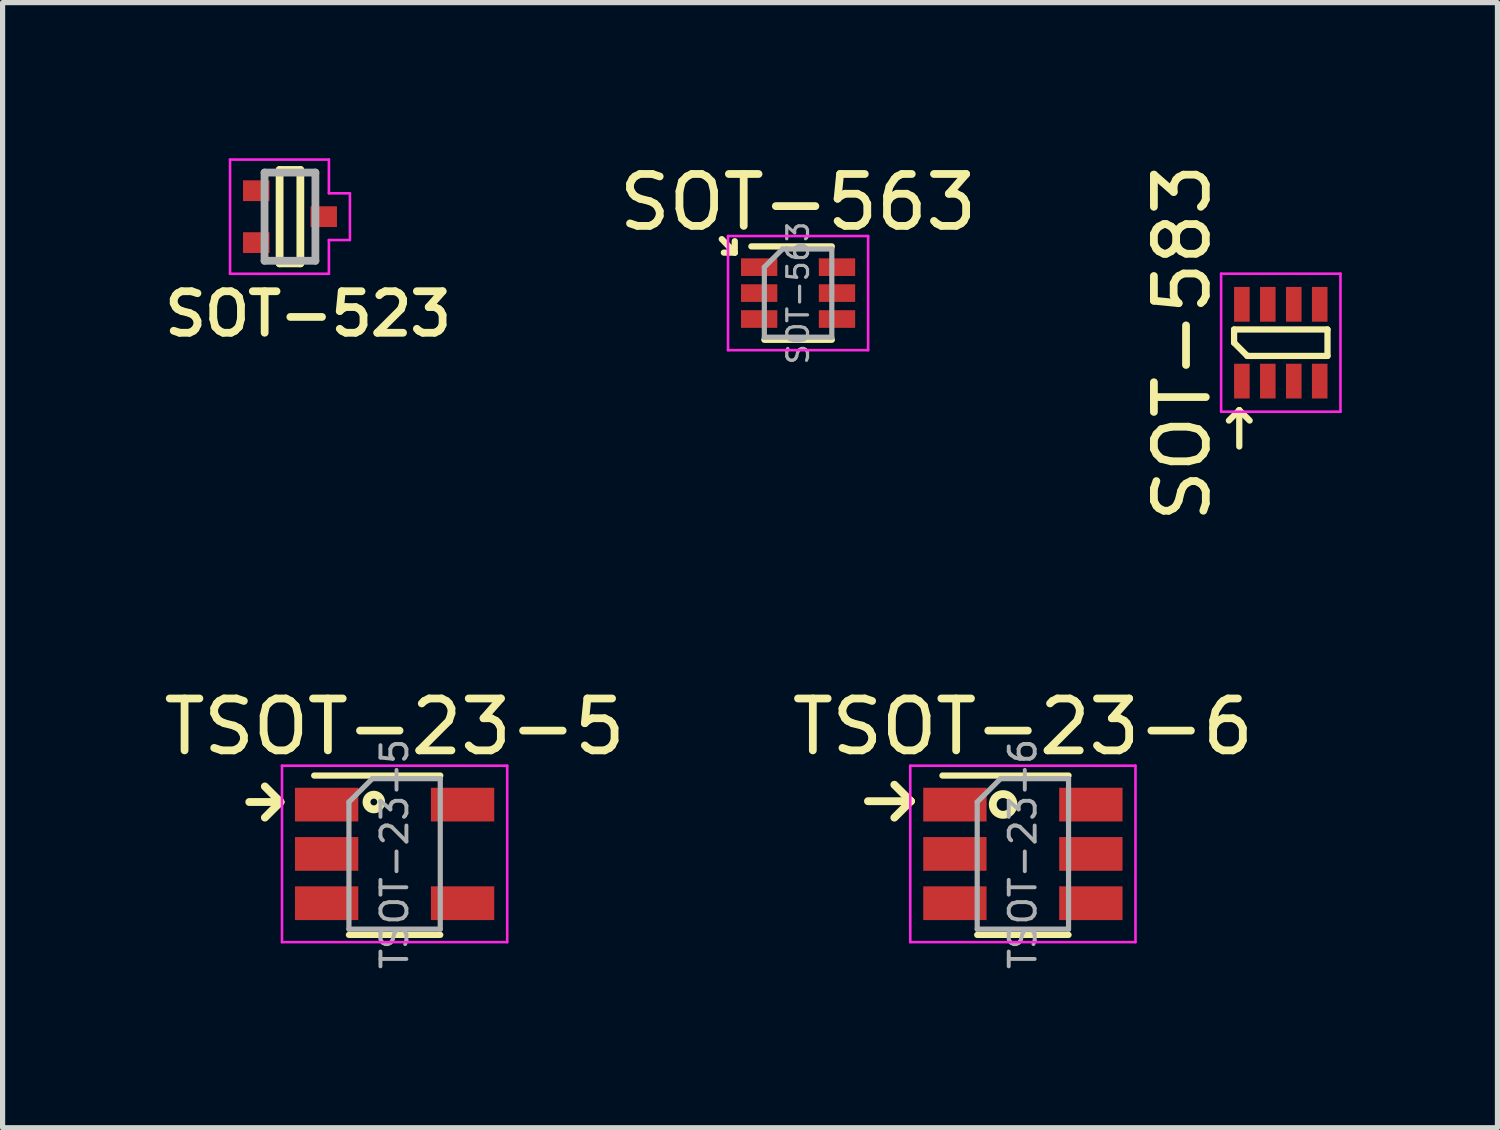
<source format=kicad_pcb>
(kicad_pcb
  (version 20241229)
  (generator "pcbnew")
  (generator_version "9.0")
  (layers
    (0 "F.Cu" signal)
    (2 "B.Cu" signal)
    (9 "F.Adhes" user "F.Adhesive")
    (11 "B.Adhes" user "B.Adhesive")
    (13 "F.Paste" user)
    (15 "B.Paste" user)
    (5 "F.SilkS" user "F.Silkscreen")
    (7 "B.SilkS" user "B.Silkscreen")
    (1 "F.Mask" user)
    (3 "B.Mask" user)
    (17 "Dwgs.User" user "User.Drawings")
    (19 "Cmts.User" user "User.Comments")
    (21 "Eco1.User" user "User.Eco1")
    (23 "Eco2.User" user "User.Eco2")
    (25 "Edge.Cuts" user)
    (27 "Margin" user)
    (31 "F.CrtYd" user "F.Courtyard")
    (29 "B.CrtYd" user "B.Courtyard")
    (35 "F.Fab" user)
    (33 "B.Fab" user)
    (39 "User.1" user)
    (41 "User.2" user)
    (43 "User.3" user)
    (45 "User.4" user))
  (footprint "SOT-583"
    (layer "F.Cu")
    (at 21.631 3.554)
    (property "Reference" "SOT-583" (at -1.9 0 90) (layer "F.SilkS") (effects (font (size 1 1) (thickness 0.15))))
    (attr smd)
    (fp_line (start -0.9 -0.255) (end 0.9 -0.255) (stroke (width 0.12) (type solid)) (layer "F.SilkS"))
    (fp_line (start -0.9 0) (end -0.9 -0.255) (stroke (width 0.12) (type solid)) (layer "F.SilkS"))
    (fp_line (start -0.8 1.3) (end -1 1.5) (stroke (width 0.12) (type solid)) (layer "F.SilkS"))
    (fp_line (start -0.8 1.3) (end -0.6 1.5) (stroke (width 0.12) (type solid)) (layer "F.SilkS"))
    (fp_line (start -0.8 2) (end -0.8 1.3) (stroke (width 0.12) (type solid)) (layer "F.SilkS"))
    (fp_line (start -0.645 0.255) (end -0.9 0) (stroke (width 0.12) (type solid)) (layer "F.SilkS"))
    (fp_line (start 0.9 -0.255) (end 0.9 0.255) (stroke (width 0.12) (type solid)) (layer "F.SilkS"))
    (fp_line (start 0.9 0.255) (end -0.645 0.255) (stroke (width 0.12) (type solid)) (layer "F.SilkS"))
    (fp_line (start -1.15 -1.33) (end 1.15 -1.33) (stroke (width 0.05) (type solid)) (layer "F.CrtYd"))
    (fp_line (start -1.15 1.33) (end -1.15 -1.33) (stroke (width 0.05) (type solid)) (layer "F.CrtYd"))
    (fp_line (start 1.15 -1.33) (end 1.15 1.33) (stroke (width 0.05) (type solid)) (layer "F.CrtYd"))
    (fp_line (start 1.15 1.33) (end -1.15 1.33) (stroke (width 0.05) (type solid)) (layer "F.CrtYd"))
    (pad "1" smd rect (at -0.75 0.74) (size 0.3 0.67) (layers "F.Cu" "F.Mask" "F.Paste"))
    (pad "2" smd rect (at -0.25 0.74) (size 0.3 0.67) (layers "F.Cu" "F.Mask" "F.Paste"))
    (pad "3" smd rect (at 0.25 0.74) (size 0.3 0.67) (layers "F.Cu" "F.Mask" "F.Paste"))
    (pad "4" smd rect (at 0.75 0.74) (size 0.3 0.67) (layers "F.Cu" "F.Mask" "F.Paste"))
    (pad "5" smd rect (at 0.75 -0.74) (size 0.3 0.67) (layers "F.Cu" "F.Mask" "F.Paste"))
    (pad "6" smd rect (at 0.25 -0.74) (size 0.3 0.67) (layers "F.Cu" "F.Mask" "F.Paste"))
    (pad "7" smd rect (at -0.25 -0.74) (size 0.3 0.67) (layers "F.Cu" "F.Mask" "F.Paste"))
    (pad "8" smd rect (at -0.75 -0.74) (size 0.3 0.67) (layers "F.Cu" "F.Mask" "F.Paste")))
  (footprint "TSOT-23-5"
    (layer "F.Cu")
    (at 4.554 13.405)
    (property "Reference" "TSOT-23-5" (at 0 -2.45 0) (layer "F.SilkS") (effects (font (size 1 1) (thickness 0.15))))
    (attr smd)
    (fp_line (start -2.8 -1) (end -2.2 -1) (stroke (width 0.152) (type solid)) (layer "F.SilkS"))
    (fp_line (start -2.5 -1.3) (end -2.2 -1) (stroke (width 0.152) (type solid)) (layer "F.SilkS"))
    (fp_line (start -2.2 -1) (end -2.5 -0.7) (stroke (width 0.152) (type solid)) (layer "F.SilkS"))
    (fp_line (start -0.88 1.56) (end 0.88 1.56) (stroke (width 0.12) (type solid)) (layer "F.SilkS"))
    (fp_line (start 0.88 -1.51) (end -1.55 -1.51) (stroke (width 0.12) (type solid)) (layer "F.SilkS"))
    (fp_circle (center -0.4 -1) (end -0.3 -0.9) (stroke (width 0.152) (type solid)) (fill no) (layer "F.SilkS"))
    (fp_line (start -2.17 -1.7) (end -2.17 1.7) (stroke (width 0.05) (type solid)) (layer "F.CrtYd"))
    (fp_line (start -2.17 -1.7) (end 2.17 -1.7) (stroke (width 0.05) (type solid)) (layer "F.CrtYd"))
    (fp_line (start 2.17 1.7) (end -2.17 1.7) (stroke (width 0.05) (type solid)) (layer "F.CrtYd"))
    (fp_line (start 2.17 1.7) (end 2.17 -1.7) (stroke (width 0.05) (type solid)) (layer "F.CrtYd"))
    (fp_line (start -0.88 -1) (end -0.88 1.45) (stroke (width 0.1) (type solid)) (layer "F.Fab"))
    (fp_line (start -0.88 -1) (end -0.43 -1.45) (stroke (width 0.1) (type solid)) (layer "F.Fab"))
    (fp_line (start 0.88 -1.45) (end -0.43 -1.45) (stroke (width 0.1) (type solid)) (layer "F.Fab"))
    (fp_line (start 0.88 -1.45) (end 0.88 1.45) (stroke (width 0.1) (type solid)) (layer "F.Fab"))
    (fp_line (start 0.88 1.45) (end -0.88 1.45) (stroke (width 0.1) (type solid)) (layer "F.Fab"))
    (fp_text user "${REFERENCE}" (at 0 0 90) (layer "F.Fab") (effects (font (size 0.5 0.5) (thickness 0.075))))
    (pad "1" smd rect (at -1.31 -0.95) (size 1.22 0.65) (layers "F.Cu" "F.Mask" "F.Paste"))
    (pad "2" smd rect (at -1.31 0) (size 1.22 0.65) (layers "F.Cu" "F.Mask" "F.Paste"))
    (pad "3" smd rect (at -1.31 0.95) (size 1.22 0.65) (layers "F.Cu" "F.Mask" "F.Paste"))
    (pad "4" smd rect (at 1.31 0.95) (size 1.22 0.65) (layers "F.Cu" "F.Mask" "F.Paste"))
    (pad "5" smd rect (at 1.31 -0.95) (size 1.22 0.65) (layers "F.Cu" "F.Mask" "F.Paste")))
  (footprint "TSOT-23-6"
    (layer "F.Cu")
    (at 16.661 13.405)
    (property "Reference" "TSOT-23-6" (at 0 -2.45 0) (layer "F.SilkS") (effects (font (size 1 1) (thickness 0.15))))
    (attr smd)
    (fp_line (start -2.985 -1.016) (end -2.159 -1.016) (stroke (width 0.152) (type solid)) (layer "F.SilkS"))
    (fp_line (start -2.159 -1.016) (end -2.477 -1.333) (stroke (width 0.152) (type solid)) (layer "F.SilkS"))
    (fp_line (start -2.159 -1.016) (end -2.477 -0.699) (stroke (width 0.152) (type solid)) (layer "F.SilkS"))
    (fp_line (start -0.88 1.56) (end 0.88 1.56) (stroke (width 0.12) (type solid)) (layer "F.SilkS"))
    (fp_line (start 0.88 -1.51) (end -1.55 -1.51) (stroke (width 0.12) (type solid)) (layer "F.SilkS"))
    (fp_circle (center -0.381 -0.953) (end -0.181 -0.953) (stroke (width 0.152) (type solid)) (fill no) (layer "F.SilkS"))
    (fp_line (start -2.17 -1.7) (end -2.17 1.7) (stroke (width 0.05) (type solid)) (layer "F.CrtYd"))
    (fp_line (start -2.17 -1.7) (end 2.17 -1.7) (stroke (width 0.05) (type solid)) (layer "F.CrtYd"))
    (fp_line (start 2.17 1.7) (end -2.17 1.7) (stroke (width 0.05) (type solid)) (layer "F.CrtYd"))
    (fp_line (start 2.17 1.7) (end 2.17 -1.7) (stroke (width 0.05) (type solid)) (layer "F.CrtYd"))
    (fp_line (start -0.88 -1) (end -0.88 1.45) (stroke (width 0.1) (type solid)) (layer "F.Fab"))
    (fp_line (start -0.88 -1) (end -0.43 -1.45) (stroke (width 0.1) (type solid)) (layer "F.Fab"))
    (fp_line (start 0.88 -1.45) (end -0.43 -1.45) (stroke (width 0.1) (type solid)) (layer "F.Fab"))
    (fp_line (start 0.88 -1.45) (end 0.88 1.45) (stroke (width 0.1) (type solid)) (layer "F.Fab"))
    (fp_line (start 0.88 1.45) (end -0.88 1.45) (stroke (width 0.1) (type solid)) (layer "F.Fab"))
    (fp_text user "${REFERENCE}" (at 0 0 90) (layer "F.Fab") (effects (font (size 0.5 0.5) (thickness 0.075))))
    (pad "1" smd rect (at -1.31 -0.95) (size 1.22 0.65) (layers "F.Cu" "F.Mask" "F.Paste"))
    (pad "2" smd rect (at -1.31 0) (size 1.22 0.65) (layers "F.Cu" "F.Mask" "F.Paste"))
    (pad "3" smd rect (at -1.31 0.95) (size 1.22 0.65) (layers "F.Cu" "F.Mask" "F.Paste"))
    (pad "4" smd rect (at 1.31 0.95) (size 1.22 0.65) (layers "F.Cu" "F.Mask" "F.Paste"))
    (pad "5" smd rect (at 1.31 0) (size 1.22 0.65) (layers "F.Cu" "F.Mask" "F.Paste"))
    (pad "6" smd rect (at 1.31 -0.95) (size 1.22 0.65) (layers "F.Cu" "F.Mask" "F.Paste")))
  (footprint "SOT-523"
    (layer "F.Cu")
    (at 2.538 1.125)
    (property "Reference" "SOT-523" (at 0.35 1.875 0) (layer "F.SilkS") (effects (font (size 0.8 0.8) (thickness 0.15))))
    (attr smd)
    (fp_line (start -0.2 -0.9) (end -0.2 0.9) (stroke (width 0.15) (type solid)) (layer "F.SilkS"))
    (fp_line (start -0.2 0.9) (end 0.2 0.9) (stroke (width 0.15) (type solid)) (layer "F.SilkS"))
    (fp_line (start 0.2 -0.9) (end -0.2 -0.9) (stroke (width 0.15) (type solid)) (layer "F.SilkS"))
    (fp_line (start 0.2 0.9) (end 0.2 -0.9) (stroke (width 0.15) (type solid)) (layer "F.SilkS"))
    (fp_line (start -1.155 -1.1) (end 0.75 -1.1) (stroke (width 0.05) (type solid)) (layer "F.CrtYd"))
    (fp_line (start -1.155 1.1) (end -1.155 -1.1) (stroke (width 0.05) (type solid)) (layer "F.CrtYd"))
    (fp_line (start 0.75 -0.45) (end 0.75 -1.1) (stroke (width 0.05) (type solid)) (layer "F.CrtYd"))
    (fp_line (start 0.75 0.45) (end 0.75 1.1) (stroke (width 0.05) (type solid)) (layer "F.CrtYd"))
    (fp_line (start 0.75 1.1) (end -1.155 1.1) (stroke (width 0.05) (type solid)) (layer "F.CrtYd"))
    (fp_line (start 1.15 0.45) (end 0.75 0.45) (stroke (width 0.05) (type solid)) (layer "F.CrtYd"))
    (fp_line (start 1.155 -0.45) (end 0.75 -0.45) (stroke (width 0.05) (type solid)) (layer "F.CrtYd"))
    (fp_line (start 1.155 -0.45) (end 1.155 0.45) (stroke (width 0.05) (type solid)) (layer "F.CrtYd"))
    (fp_line (start -0.49 -0.85) (end 0.49 -0.85) (stroke (width 0.15) (type solid)) (layer "F.Fab"))
    (fp_line (start -0.49 0.85) (end -0.49 -0.85) (stroke (width 0.15) (type solid)) (layer "F.Fab"))
    (fp_line (start 0.49 -0.85) (end 0.49 0.85) (stroke (width 0.15) (type solid)) (layer "F.Fab"))
    (fp_line (start 0.49 0.85) (end -0.49 0.85) (stroke (width 0.15) (type solid)) (layer "F.Fab"))
    (pad "1" smd rect (at -0.65 -0.5 180) (size 0.51 0.4) (layers "F.Cu" "F.Mask" "F.Paste"))
    (pad "2" smd rect (at -0.65 0.5 180) (size 0.51 0.4) (layers "F.Cu" "F.Mask" "F.Paste"))
    (pad "3" smd rect (at 0.65 0 180) (size 0.51 0.4) (layers "F.Cu" "F.Mask" "F.Paste")))
  (footprint "SOT-563"
    (layer "F.Cu")
    (at 12.329 2.598)
    (property "Reference" "SOT-563" (at 0 -1.75 0) (layer "F.SilkS") (effects (font (size 1 1) (thickness 0.15))))
    (attr smd)
    (fp_line (start -1.47 -1.04) (end -1.22 -0.78) (stroke (width 0.12) (type solid)) (layer "F.SilkS"))
    (fp_line (start -1.22 -0.78) (end -1.43 -0.78) (stroke (width 0.12) (type solid)) (layer "F.SilkS"))
    (fp_line (start -1.22 -0.78) (end -1.22 -1) (stroke (width 0.12) (type solid)) (layer "F.SilkS"))
    (fp_line (start -0.9 -0.9) (end 0.65 -0.9) (stroke (width 0.12) (type solid)) (layer "F.SilkS"))
    (fp_line (start 0.65 0.9) (end -0.65 0.9) (stroke (width 0.12) (type solid)) (layer "F.SilkS"))
    (fp_line (start -1.35 -1.1) (end -1.35 1.1) (stroke (width 0.05) (type solid)) (layer "F.CrtYd"))
    (fp_line (start -1.35 -1.1) (end 1.35 -1.1) (stroke (width 0.05) (type solid)) (layer "F.CrtYd"))
    (fp_line (start 1.35 1.1) (end -1.35 1.1) (stroke (width 0.05) (type solid)) (layer "F.CrtYd"))
    (fp_line (start 1.35 1.1) (end 1.35 -1.1) (stroke (width 0.05) (type solid)) (layer "F.CrtYd"))
    (fp_line (start -0.65 -0.5) (end -0.65 0.85) (stroke (width 0.1) (type solid)) (layer "F.Fab"))
    (fp_line (start -0.65 -0.5) (end -0.3 -0.85) (stroke (width 0.1) (type solid)) (layer "F.Fab"))
    (fp_line (start -0.65 0.85) (end 0.65 0.85) (stroke (width 0.1) (type solid)) (layer "F.Fab"))
    (fp_line (start 0.65 -0.85) (end -0.3 -0.85) (stroke (width 0.1) (type solid)) (layer "F.Fab"))
    (fp_line (start 0.65 0.85) (end 0.65 -0.85) (stroke (width 0.1) (type solid)) (layer "F.Fab"))
    (fp_text user "${REFERENCE}" (at 0 0 90) (layer "F.Fab") (effects (font (size 0.4 0.4) (thickness 0.062))))
    (pad "1" smd rect (at -0.75 -0.5) (size 0.7 0.34) (layers "F.Cu" "F.Mask" "F.Paste"))
    (pad "2" smd rect (at -0.75 0) (size 0.7 0.34) (layers "F.Cu" "F.Mask" "F.Paste"))
    (pad "3" smd rect (at -0.75 0.5) (size 0.7 0.34) (layers "F.Cu" "F.Mask" "F.Paste"))
    (pad "4" smd rect (at 0.75 0.5) (size 0.7 0.34) (layers "F.Cu" "F.Mask" "F.Paste"))
    (pad "5" smd rect (at 0.75 0) (size 0.7 0.34) (layers "F.Cu" "F.Mask" "F.Paste"))
    (pad "6" smd rect (at 0.75 -0.5) (size 0.7 0.34) (layers "F.Cu" "F.Mask" "F.Paste")))
  (gr_rect
    (start -3 -3)
    (end 25.806 18.682)
    (stroke (width 0.1) (type default))
    (fill no)
    (layer "Edge.Cuts")))
</source>
